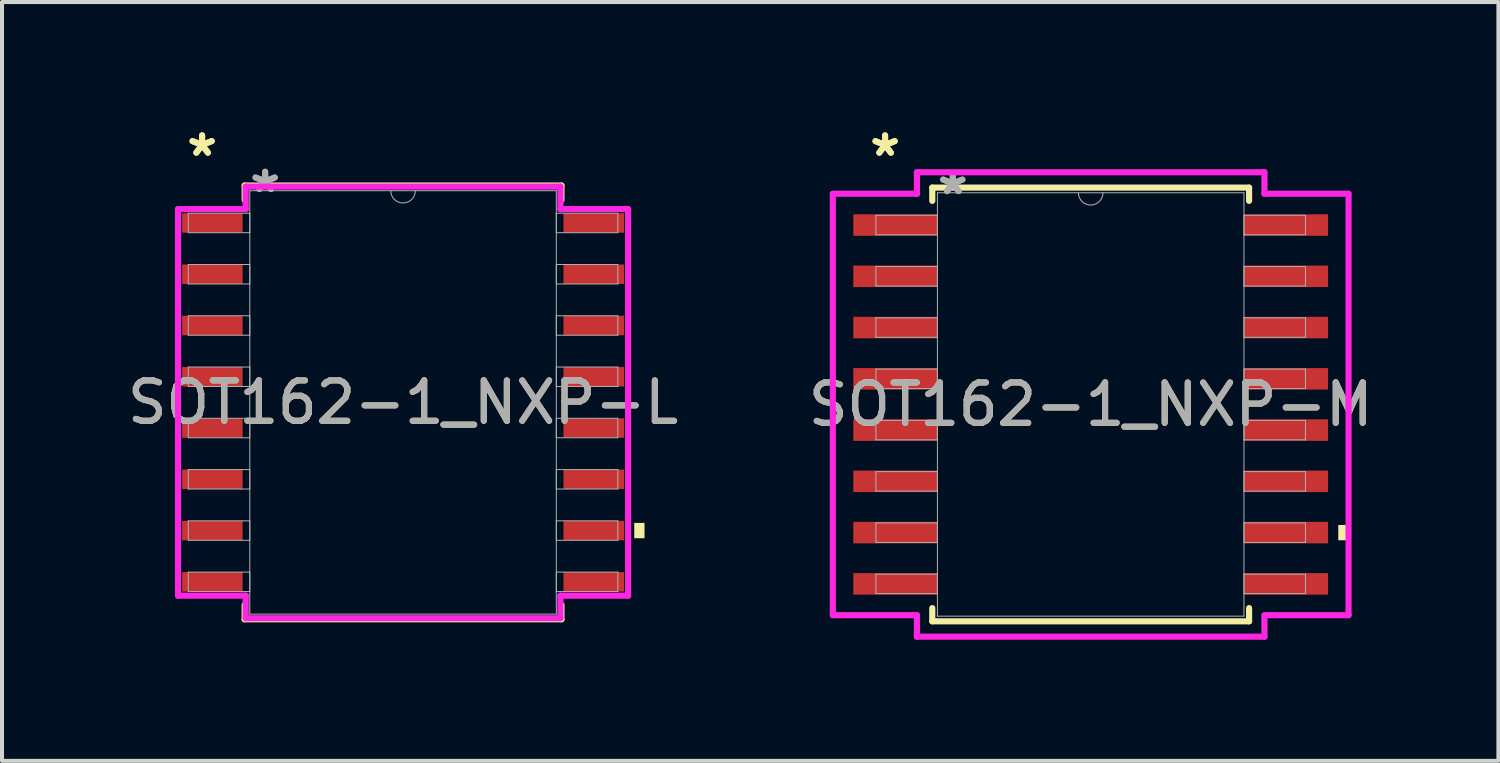
<source format=kicad_pcb>
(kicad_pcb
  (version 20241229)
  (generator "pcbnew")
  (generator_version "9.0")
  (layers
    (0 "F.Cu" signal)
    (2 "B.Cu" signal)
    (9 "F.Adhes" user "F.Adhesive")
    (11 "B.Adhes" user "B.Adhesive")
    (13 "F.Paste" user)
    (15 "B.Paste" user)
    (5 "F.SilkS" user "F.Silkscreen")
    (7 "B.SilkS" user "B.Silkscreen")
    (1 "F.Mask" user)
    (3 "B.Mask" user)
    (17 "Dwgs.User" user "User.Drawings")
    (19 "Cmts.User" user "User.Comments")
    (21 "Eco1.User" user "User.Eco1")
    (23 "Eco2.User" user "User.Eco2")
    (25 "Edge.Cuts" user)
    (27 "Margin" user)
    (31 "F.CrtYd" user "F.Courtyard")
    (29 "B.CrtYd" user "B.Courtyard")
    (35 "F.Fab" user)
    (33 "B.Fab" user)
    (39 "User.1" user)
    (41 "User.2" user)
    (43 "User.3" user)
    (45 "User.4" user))
  (footprint "SOT162-1_NXP-L"
    (layer "F.Cu")
    (at 6.935 6.919)
    (property "Reference" "SOT162-1_NXP-L" (at 0 0 0) (unlocked yes) (layer "F.SilkS") (effects (font (size 1 1) (thickness 0.15))))
    (attr smd)
    (fp_line (start -3.924 -5.372) (end -3.924 -5.015) (stroke (width 0.152) (type solid)) (layer "F.SilkS"))
    (fp_line (start -3.924 5.015) (end -3.924 5.372) (stroke (width 0.152) (type solid)) (layer "F.SilkS"))
    (fp_line (start -3.924 5.372) (end 3.924 5.372) (stroke (width 0.152) (type solid)) (layer "F.SilkS"))
    (fp_line (start 3.924 -5.372) (end -3.924 -5.372) (stroke (width 0.152) (type solid)) (layer "F.SilkS"))
    (fp_line (start 3.924 -5.015) (end 3.924 -5.372) (stroke (width 0.152) (type solid)) (layer "F.SilkS"))
    (fp_line (start 3.924 5.372) (end 3.924 5.015) (stroke (width 0.152) (type solid)) (layer "F.SilkS"))
    (fp_poly (pts (xy 5.982 2.985) (xy 5.982 3.365) (xy 5.728 3.365) (xy 5.728 2.985)) (stroke (width 0) (type solid)) (fill yes) (layer "F.SilkS"))
    (fp_line (start -5.575 -4.788) (end -3.899 -4.788) (stroke (width 0.152) (type solid)) (layer "F.CrtYd"))
    (fp_line (start -5.575 4.788) (end -5.575 -4.788) (stroke (width 0.152) (type solid)) (layer "F.CrtYd"))
    (fp_line (start -5.575 4.788) (end -3.899 4.788) (stroke (width 0.152) (type solid)) (layer "F.CrtYd"))
    (fp_line (start -3.899 -5.347) (end 3.899 -5.347) (stroke (width 0.152) (type solid)) (layer "F.CrtYd"))
    (fp_line (start -3.899 -4.788) (end -3.899 -5.347) (stroke (width 0.152) (type solid)) (layer "F.CrtYd"))
    (fp_line (start -3.899 5.347) (end -3.899 4.788) (stroke (width 0.152) (type solid)) (layer "F.CrtYd"))
    (fp_line (start 3.899 -5.347) (end 3.899 -4.788) (stroke (width 0.152) (type solid)) (layer "F.CrtYd"))
    (fp_line (start 3.899 4.788) (end 3.899 5.347) (stroke (width 0.152) (type solid)) (layer "F.CrtYd"))
    (fp_line (start 3.899 5.347) (end -3.899 5.347) (stroke (width 0.152) (type solid)) (layer "F.CrtYd"))
    (fp_line (start 5.575 -4.788) (end 3.899 -4.788) (stroke (width 0.152) (type solid)) (layer "F.CrtYd"))
    (fp_line (start 5.575 -4.788) (end 5.575 4.788) (stroke (width 0.152) (type solid)) (layer "F.CrtYd"))
    (fp_line (start 5.575 4.788) (end 3.899 4.788) (stroke (width 0.152) (type solid)) (layer "F.CrtYd"))
    (fp_line (start -5.321 -4.686) (end -5.321 -4.204) (stroke (width 0.025) (type solid)) (layer "F.Fab"))
    (fp_line (start -5.321 -4.204) (end -3.797 -4.204) (stroke (width 0.025) (type solid)) (layer "F.Fab"))
    (fp_line (start -5.321 -3.416) (end -5.321 -2.934) (stroke (width 0.025) (type solid)) (layer "F.Fab"))
    (fp_line (start -5.321 -2.934) (end -3.797 -2.934) (stroke (width 0.025) (type solid)) (layer "F.Fab"))
    (fp_line (start -5.321 -2.146) (end -5.321 -1.664) (stroke (width 0.025) (type solid)) (layer "F.Fab"))
    (fp_line (start -5.321 -1.664) (end -3.797 -1.664) (stroke (width 0.025) (type solid)) (layer "F.Fab"))
    (fp_line (start -5.321 -0.876) (end -5.321 -0.394) (stroke (width 0.025) (type solid)) (layer "F.Fab"))
    (fp_line (start -5.321 -0.394) (end -3.797 -0.394) (stroke (width 0.025) (type solid)) (layer "F.Fab"))
    (fp_line (start -5.321 0.394) (end -5.321 0.876) (stroke (width 0.025) (type solid)) (layer "F.Fab"))
    (fp_line (start -5.321 0.876) (end -3.797 0.876) (stroke (width 0.025) (type solid)) (layer "F.Fab"))
    (fp_line (start -5.321 1.664) (end -5.321 2.146) (stroke (width 0.025) (type solid)) (layer "F.Fab"))
    (fp_line (start -5.321 2.146) (end -3.797 2.146) (stroke (width 0.025) (type solid)) (layer "F.Fab"))
    (fp_line (start -5.321 2.934) (end -5.321 3.416) (stroke (width 0.025) (type solid)) (layer "F.Fab"))
    (fp_line (start -5.321 3.416) (end -3.797 3.416) (stroke (width 0.025) (type solid)) (layer "F.Fab"))
    (fp_line (start -5.321 4.204) (end -5.321 4.686) (stroke (width 0.025) (type solid)) (layer "F.Fab"))
    (fp_line (start -5.321 4.686) (end -3.797 4.686) (stroke (width 0.025) (type solid)) (layer "F.Fab"))
    (fp_line (start -3.797 -5.245) (end -3.797 5.245) (stroke (width 0.025) (type solid)) (layer "F.Fab"))
    (fp_line (start -3.797 -4.686) (end -5.321 -4.686) (stroke (width 0.025) (type solid)) (layer "F.Fab"))
    (fp_line (start -3.797 -4.204) (end -3.797 -4.686) (stroke (width 0.025) (type solid)) (layer "F.Fab"))
    (fp_line (start -3.797 -3.416) (end -5.321 -3.416) (stroke (width 0.025) (type solid)) (layer "F.Fab"))
    (fp_line (start -3.797 -2.934) (end -3.797 -3.416) (stroke (width 0.025) (type solid)) (layer "F.Fab"))
    (fp_line (start -3.797 -2.146) (end -5.321 -2.146) (stroke (width 0.025) (type solid)) (layer "F.Fab"))
    (fp_line (start -3.797 -1.664) (end -3.797 -2.146) (stroke (width 0.025) (type solid)) (layer "F.Fab"))
    (fp_line (start -3.797 -0.876) (end -5.321 -0.876) (stroke (width 0.025) (type solid)) (layer "F.Fab"))
    (fp_line (start -3.797 -0.394) (end -3.797 -0.876) (stroke (width 0.025) (type solid)) (layer "F.Fab"))
    (fp_line (start -3.797 0.394) (end -5.321 0.394) (stroke (width 0.025) (type solid)) (layer "F.Fab"))
    (fp_line (start -3.797 0.876) (end -3.797 0.394) (stroke (width 0.025) (type solid)) (layer "F.Fab"))
    (fp_line (start -3.797 1.664) (end -5.321 1.664) (stroke (width 0.025) (type solid)) (layer "F.Fab"))
    (fp_line (start -3.797 2.146) (end -3.797 1.664) (stroke (width 0.025) (type solid)) (layer "F.Fab"))
    (fp_line (start -3.797 2.934) (end -5.321 2.934) (stroke (width 0.025) (type solid)) (layer "F.Fab"))
    (fp_line (start -3.797 3.416) (end -3.797 2.934) (stroke (width 0.025) (type solid)) (layer "F.Fab"))
    (fp_line (start -3.797 4.204) (end -5.321 4.204) (stroke (width 0.025) (type solid)) (layer "F.Fab"))
    (fp_line (start -3.797 4.686) (end -3.797 4.204) (stroke (width 0.025) (type solid)) (layer "F.Fab"))
    (fp_line (start -3.797 5.245) (end 3.797 5.245) (stroke (width 0.025) (type solid)) (layer "F.Fab"))
    (fp_line (start 3.797 -5.245) (end -3.797 -5.245) (stroke (width 0.025) (type solid)) (layer "F.Fab"))
    (fp_line (start 3.797 -4.686) (end 3.797 -4.204) (stroke (width 0.025) (type solid)) (layer "F.Fab"))
    (fp_line (start 3.797 -4.204) (end 5.321 -4.204) (stroke (width 0.025) (type solid)) (layer "F.Fab"))
    (fp_line (start 3.797 -3.416) (end 3.797 -2.934) (stroke (width 0.025) (type solid)) (layer "F.Fab"))
    (fp_line (start 3.797 -2.934) (end 5.321 -2.934) (stroke (width 0.025) (type solid)) (layer "F.Fab"))
    (fp_line (start 3.797 -2.146) (end 3.797 -1.664) (stroke (width 0.025) (type solid)) (layer "F.Fab"))
    (fp_line (start 3.797 -1.664) (end 5.321 -1.664) (stroke (width 0.025) (type solid)) (layer "F.Fab"))
    (fp_line (start 3.797 -0.876) (end 3.797 -0.394) (stroke (width 0.025) (type solid)) (layer "F.Fab"))
    (fp_line (start 3.797 -0.394) (end 5.321 -0.394) (stroke (width 0.025) (type solid)) (layer "F.Fab"))
    (fp_line (start 3.797 0.394) (end 3.797 0.876) (stroke (width 0.025) (type solid)) (layer "F.Fab"))
    (fp_line (start 3.797 0.876) (end 5.321 0.876) (stroke (width 0.025) (type solid)) (layer "F.Fab"))
    (fp_line (start 3.797 1.664) (end 3.797 2.146) (stroke (width 0.025) (type solid)) (layer "F.Fab"))
    (fp_line (start 3.797 2.146) (end 5.321 2.146) (stroke (width 0.025) (type solid)) (layer "F.Fab"))
    (fp_line (start 3.797 2.934) (end 3.797 3.416) (stroke (width 0.025) (type solid)) (layer "F.Fab"))
    (fp_line (start 3.797 3.416) (end 5.321 3.416) (stroke (width 0.025) (type solid)) (layer "F.Fab"))
    (fp_line (start 3.797 4.204) (end 3.797 4.686) (stroke (width 0.025) (type solid)) (layer "F.Fab"))
    (fp_line (start 3.797 4.686) (end 5.321 4.686) (stroke (width 0.025) (type solid)) (layer "F.Fab"))
    (fp_line (start 3.797 5.245) (end 3.797 -5.245) (stroke (width 0.025) (type solid)) (layer "F.Fab"))
    (fp_line (start 5.321 -4.686) (end 3.797 -4.686) (stroke (width 0.025) (type solid)) (layer "F.Fab"))
    (fp_line (start 5.321 -4.204) (end 5.321 -4.686) (stroke (width 0.025) (type solid)) (layer "F.Fab"))
    (fp_line (start 5.321 -3.416) (end 3.797 -3.416) (stroke (width 0.025) (type solid)) (layer "F.Fab"))
    (fp_line (start 5.321 -2.934) (end 5.321 -3.416) (stroke (width 0.025) (type solid)) (layer "F.Fab"))
    (fp_line (start 5.321 -2.146) (end 3.797 -2.146) (stroke (width 0.025) (type solid)) (layer "F.Fab"))
    (fp_line (start 5.321 -1.664) (end 5.321 -2.146) (stroke (width 0.025) (type solid)) (layer "F.Fab"))
    (fp_line (start 5.321 -0.876) (end 3.797 -0.876) (stroke (width 0.025) (type solid)) (layer "F.Fab"))
    (fp_line (start 5.321 -0.394) (end 5.321 -0.876) (stroke (width 0.025) (type solid)) (layer "F.Fab"))
    (fp_line (start 5.321 0.394) (end 3.797 0.394) (stroke (width 0.025) (type solid)) (layer "F.Fab"))
    (fp_line (start 5.321 0.876) (end 5.321 0.394) (stroke (width 0.025) (type solid)) (layer "F.Fab"))
    (fp_line (start 5.321 1.664) (end 3.797 1.664) (stroke (width 0.025) (type solid)) (layer "F.Fab"))
    (fp_line (start 5.321 2.146) (end 5.321 1.664) (stroke (width 0.025) (type solid)) (layer "F.Fab"))
    (fp_line (start 5.321 2.934) (end 3.797 2.934) (stroke (width 0.025) (type solid)) (layer "F.Fab"))
    (fp_line (start 5.321 3.416) (end 5.321 2.934) (stroke (width 0.025) (type solid)) (layer "F.Fab"))
    (fp_line (start 5.321 4.204) (end 3.797 4.204) (stroke (width 0.025) (type solid)) (layer "F.Fab"))
    (fp_line (start 5.321 4.686) (end 5.321 4.204) (stroke (width 0.025) (type solid)) (layer "F.Fab"))
    (fp_arc (start 0.3048 -5.2451) (mid 0 -4.9403) (end -0.3048 -5.2451) (stroke (width 0.0254) (type solid)) (layer "F.Fab"))
    (fp_text user "*" (at -4.978 -6.071 0) (unlocked yes) (layer "F.SilkS") (effects (font (size 1 1) (thickness 0.15))))
    (fp_text user "*" (at -4.978 -6.071 0) (layer "F.SilkS") (effects (font (size 1 1) (thickness 0.15))))
    (fp_text user "*" (at -3.416 -5.169 0) (layer "F.Fab") (effects (font (size 1 1) (thickness 0.15))))
    (fp_text user "*" (at -3.416 -5.169 0) (unlocked yes) (layer "F.Fab") (effects (font (size 1 1) (thickness 0.15))))
    (fp_text user "${REFERENCE}" (at 0 0 0) (unlocked yes) (layer "F.Fab") (effects (font (size 1 1) (thickness 0.15))))
    (pad "1" smd rect (at -4.724 -4.445) (size 1.499 0.483) (layers "F.Cu" "F.Mask" "F.Paste"))
    (pad "2" smd rect (at -4.724 -3.175) (size 1.499 0.483) (layers "F.Cu" "F.Mask" "F.Paste"))
    (pad "3" smd rect (at -4.724 -1.905) (size 1.499 0.483) (layers "F.Cu" "F.Mask" "F.Paste"))
    (pad "4" smd rect (at -4.724 -0.635) (size 1.499 0.483) (layers "F.Cu" "F.Mask" "F.Paste"))
    (pad "5" smd rect (at -4.724 0.635) (size 1.499 0.483) (layers "F.Cu" "F.Mask" "F.Paste"))
    (pad "6" smd rect (at -4.724 1.905) (size 1.499 0.483) (layers "F.Cu" "F.Mask" "F.Paste"))
    (pad "7" smd rect (at -4.724 3.175) (size 1.499 0.483) (layers "F.Cu" "F.Mask" "F.Paste"))
    (pad "8" smd rect (at -4.724 4.445) (size 1.499 0.483) (layers "F.Cu" "F.Mask" "F.Paste"))
    (pad "9" smd rect (at 4.724 4.445) (size 1.499 0.483) (layers "F.Cu" "F.Mask" "F.Paste"))
    (pad "10" smd rect (at 4.724 3.175) (size 1.499 0.483) (layers "F.Cu" "F.Mask" "F.Paste"))
    (pad "11" smd rect (at 4.724 1.905) (size 1.499 0.483) (layers "F.Cu" "F.Mask" "F.Paste"))
    (pad "12" smd rect (at 4.724 0.635) (size 1.499 0.483) (layers "F.Cu" "F.Mask" "F.Paste"))
    (pad "13" smd rect (at 4.724 -0.635) (size 1.499 0.483) (layers "F.Cu" "F.Mask" "F.Paste"))
    (pad "14" smd rect (at 4.724 -1.905) (size 1.499 0.483) (layers "F.Cu" "F.Mask" "F.Paste"))
    (pad "15" smd rect (at 4.724 -3.175) (size 1.499 0.483) (layers "F.Cu" "F.Mask" "F.Paste"))
    (pad "16" smd rect (at 4.724 -4.445) (size 1.499 0.483) (layers "F.Cu" "F.Mask" "F.Paste")))
  (footprint "SOT162-1_NXP-M"
    (layer "F.Cu")
    (at 23.97 6.97)
    (property "Reference" "SOT162-1_NXP-M" (at 0 0 0) (unlocked yes) (layer "F.SilkS") (effects (font (size 1 1) (thickness 0.15))))
    (attr smd)
    (fp_line (start -3.924 -5.372) (end -3.924 -5.044) (stroke (width 0.152) (type solid)) (layer "F.SilkS"))
    (fp_line (start -3.924 5.044) (end -3.924 5.372) (stroke (width 0.152) (type solid)) (layer "F.SilkS"))
    (fp_line (start -3.924 5.372) (end 3.924 5.372) (stroke (width 0.152) (type solid)) (layer "F.SilkS"))
    (fp_line (start 3.924 -5.372) (end -3.924 -5.372) (stroke (width 0.152) (type solid)) (layer "F.SilkS"))
    (fp_line (start 3.924 -5.044) (end 3.924 -5.372) (stroke (width 0.152) (type solid)) (layer "F.SilkS"))
    (fp_line (start 3.924 5.372) (end 3.924 5.044) (stroke (width 0.152) (type solid)) (layer "F.SilkS"))
    (fp_poly (pts (xy 6.388 2.985) (xy 6.388 3.365) (xy 6.134 3.365) (xy 6.134 2.985)) (stroke (width 0) (type solid)) (fill yes) (layer "F.SilkS"))
    (fp_line (start -6.388 -5.22) (end -4.305 -5.22) (stroke (width 0.152) (type solid)) (layer "F.CrtYd"))
    (fp_line (start -6.388 5.22) (end -6.388 -5.22) (stroke (width 0.152) (type solid)) (layer "F.CrtYd"))
    (fp_line (start -6.388 5.22) (end -4.305 5.22) (stroke (width 0.152) (type solid)) (layer "F.CrtYd"))
    (fp_line (start -4.305 -5.753) (end 4.305 -5.753) (stroke (width 0.152) (type solid)) (layer "F.CrtYd"))
    (fp_line (start -4.305 -5.22) (end -4.305 -5.753) (stroke (width 0.152) (type solid)) (layer "F.CrtYd"))
    (fp_line (start -4.305 5.753) (end -4.305 5.22) (stroke (width 0.152) (type solid)) (layer "F.CrtYd"))
    (fp_line (start 4.305 -5.753) (end 4.305 -5.22) (stroke (width 0.152) (type solid)) (layer "F.CrtYd"))
    (fp_line (start 4.305 5.22) (end 4.305 5.753) (stroke (width 0.152) (type solid)) (layer "F.CrtYd"))
    (fp_line (start 4.305 5.753) (end -4.305 5.753) (stroke (width 0.152) (type solid)) (layer "F.CrtYd"))
    (fp_line (start 6.388 -5.22) (end 4.305 -5.22) (stroke (width 0.152) (type solid)) (layer "F.CrtYd"))
    (fp_line (start 6.388 -5.22) (end 6.388 5.22) (stroke (width 0.152) (type solid)) (layer "F.CrtYd"))
    (fp_line (start 6.388 5.22) (end 4.305 5.22) (stroke (width 0.152) (type solid)) (layer "F.CrtYd"))
    (fp_line (start -5.321 -4.686) (end -5.321 -4.204) (stroke (width 0.025) (type solid)) (layer "F.Fab"))
    (fp_line (start -5.321 -4.204) (end -3.797 -4.204) (stroke (width 0.025) (type solid)) (layer "F.Fab"))
    (fp_line (start -5.321 -3.416) (end -5.321 -2.934) (stroke (width 0.025) (type solid)) (layer "F.Fab"))
    (fp_line (start -5.321 -2.934) (end -3.797 -2.934) (stroke (width 0.025) (type solid)) (layer "F.Fab"))
    (fp_line (start -5.321 -2.146) (end -5.321 -1.664) (stroke (width 0.025) (type solid)) (layer "F.Fab"))
    (fp_line (start -5.321 -1.664) (end -3.797 -1.664) (stroke (width 0.025) (type solid)) (layer "F.Fab"))
    (fp_line (start -5.321 -0.876) (end -5.321 -0.394) (stroke (width 0.025) (type solid)) (layer "F.Fab"))
    (fp_line (start -5.321 -0.394) (end -3.797 -0.394) (stroke (width 0.025) (type solid)) (layer "F.Fab"))
    (fp_line (start -5.321 0.394) (end -5.321 0.876) (stroke (width 0.025) (type solid)) (layer "F.Fab"))
    (fp_line (start -5.321 0.876) (end -3.797 0.876) (stroke (width 0.025) (type solid)) (layer "F.Fab"))
    (fp_line (start -5.321 1.664) (end -5.321 2.146) (stroke (width 0.025) (type solid)) (layer "F.Fab"))
    (fp_line (start -5.321 2.146) (end -3.797 2.146) (stroke (width 0.025) (type solid)) (layer "F.Fab"))
    (fp_line (start -5.321 2.934) (end -5.321 3.416) (stroke (width 0.025) (type solid)) (layer "F.Fab"))
    (fp_line (start -5.321 3.416) (end -3.797 3.416) (stroke (width 0.025) (type solid)) (layer "F.Fab"))
    (fp_line (start -5.321 4.204) (end -5.321 4.686) (stroke (width 0.025) (type solid)) (layer "F.Fab"))
    (fp_line (start -5.321 4.686) (end -3.797 4.686) (stroke (width 0.025) (type solid)) (layer "F.Fab"))
    (fp_line (start -3.797 -5.245) (end -3.797 5.245) (stroke (width 0.025) (type solid)) (layer "F.Fab"))
    (fp_line (start -3.797 -4.686) (end -5.321 -4.686) (stroke (width 0.025) (type solid)) (layer "F.Fab"))
    (fp_line (start -3.797 -4.204) (end -3.797 -4.686) (stroke (width 0.025) (type solid)) (layer "F.Fab"))
    (fp_line (start -3.797 -3.416) (end -5.321 -3.416) (stroke (width 0.025) (type solid)) (layer "F.Fab"))
    (fp_line (start -3.797 -2.934) (end -3.797 -3.416) (stroke (width 0.025) (type solid)) (layer "F.Fab"))
    (fp_line (start -3.797 -2.146) (end -5.321 -2.146) (stroke (width 0.025) (type solid)) (layer "F.Fab"))
    (fp_line (start -3.797 -1.664) (end -3.797 -2.146) (stroke (width 0.025) (type solid)) (layer "F.Fab"))
    (fp_line (start -3.797 -0.876) (end -5.321 -0.876) (stroke (width 0.025) (type solid)) (layer "F.Fab"))
    (fp_line (start -3.797 -0.394) (end -3.797 -0.876) (stroke (width 0.025) (type solid)) (layer "F.Fab"))
    (fp_line (start -3.797 0.394) (end -5.321 0.394) (stroke (width 0.025) (type solid)) (layer "F.Fab"))
    (fp_line (start -3.797 0.876) (end -3.797 0.394) (stroke (width 0.025) (type solid)) (layer "F.Fab"))
    (fp_line (start -3.797 1.664) (end -5.321 1.664) (stroke (width 0.025) (type solid)) (layer "F.Fab"))
    (fp_line (start -3.797 2.146) (end -3.797 1.664) (stroke (width 0.025) (type solid)) (layer "F.Fab"))
    (fp_line (start -3.797 2.934) (end -5.321 2.934) (stroke (width 0.025) (type solid)) (layer "F.Fab"))
    (fp_line (start -3.797 3.416) (end -3.797 2.934) (stroke (width 0.025) (type solid)) (layer "F.Fab"))
    (fp_line (start -3.797 4.204) (end -5.321 4.204) (stroke (width 0.025) (type solid)) (layer "F.Fab"))
    (fp_line (start -3.797 4.686) (end -3.797 4.204) (stroke (width 0.025) (type solid)) (layer "F.Fab"))
    (fp_line (start -3.797 5.245) (end 3.797 5.245) (stroke (width 0.025) (type solid)) (layer "F.Fab"))
    (fp_line (start 3.797 -5.245) (end -3.797 -5.245) (stroke (width 0.025) (type solid)) (layer "F.Fab"))
    (fp_line (start 3.797 -4.686) (end 3.797 -4.204) (stroke (width 0.025) (type solid)) (layer "F.Fab"))
    (fp_line (start 3.797 -4.204) (end 5.321 -4.204) (stroke (width 0.025) (type solid)) (layer "F.Fab"))
    (fp_line (start 3.797 -3.416) (end 3.797 -2.934) (stroke (width 0.025) (type solid)) (layer "F.Fab"))
    (fp_line (start 3.797 -2.934) (end 5.321 -2.934) (stroke (width 0.025) (type solid)) (layer "F.Fab"))
    (fp_line (start 3.797 -2.146) (end 3.797 -1.664) (stroke (width 0.025) (type solid)) (layer "F.Fab"))
    (fp_line (start 3.797 -1.664) (end 5.321 -1.664) (stroke (width 0.025) (type solid)) (layer "F.Fab"))
    (fp_line (start 3.797 -0.876) (end 3.797 -0.394) (stroke (width 0.025) (type solid)) (layer "F.Fab"))
    (fp_line (start 3.797 -0.394) (end 5.321 -0.394) (stroke (width 0.025) (type solid)) (layer "F.Fab"))
    (fp_line (start 3.797 0.394) (end 3.797 0.876) (stroke (width 0.025) (type solid)) (layer "F.Fab"))
    (fp_line (start 3.797 0.876) (end 5.321 0.876) (stroke (width 0.025) (type solid)) (layer "F.Fab"))
    (fp_line (start 3.797 1.664) (end 3.797 2.146) (stroke (width 0.025) (type solid)) (layer "F.Fab"))
    (fp_line (start 3.797 2.146) (end 5.321 2.146) (stroke (width 0.025) (type solid)) (layer "F.Fab"))
    (fp_line (start 3.797 2.934) (end 3.797 3.416) (stroke (width 0.025) (type solid)) (layer "F.Fab"))
    (fp_line (start 3.797 3.416) (end 5.321 3.416) (stroke (width 0.025) (type solid)) (layer "F.Fab"))
    (fp_line (start 3.797 4.204) (end 3.797 4.686) (stroke (width 0.025) (type solid)) (layer "F.Fab"))
    (fp_line (start 3.797 4.686) (end 5.321 4.686) (stroke (width 0.025) (type solid)) (layer "F.Fab"))
    (fp_line (start 3.797 5.245) (end 3.797 -5.245) (stroke (width 0.025) (type solid)) (layer "F.Fab"))
    (fp_line (start 5.321 -4.686) (end 3.797 -4.686) (stroke (width 0.025) (type solid)) (layer "F.Fab"))
    (fp_line (start 5.321 -4.204) (end 5.321 -4.686) (stroke (width 0.025) (type solid)) (layer "F.Fab"))
    (fp_line (start 5.321 -3.416) (end 3.797 -3.416) (stroke (width 0.025) (type solid)) (layer "F.Fab"))
    (fp_line (start 5.321 -2.934) (end 5.321 -3.416) (stroke (width 0.025) (type solid)) (layer "F.Fab"))
    (fp_line (start 5.321 -2.146) (end 3.797 -2.146) (stroke (width 0.025) (type solid)) (layer "F.Fab"))
    (fp_line (start 5.321 -1.664) (end 5.321 -2.146) (stroke (width 0.025) (type solid)) (layer "F.Fab"))
    (fp_line (start 5.321 -0.876) (end 3.797 -0.876) (stroke (width 0.025) (type solid)) (layer "F.Fab"))
    (fp_line (start 5.321 -0.394) (end 5.321 -0.876) (stroke (width 0.025) (type solid)) (layer "F.Fab"))
    (fp_line (start 5.321 0.394) (end 3.797 0.394) (stroke (width 0.025) (type solid)) (layer "F.Fab"))
    (fp_line (start 5.321 0.876) (end 5.321 0.394) (stroke (width 0.025) (type solid)) (layer "F.Fab"))
    (fp_line (start 5.321 1.664) (end 3.797 1.664) (stroke (width 0.025) (type solid)) (layer "F.Fab"))
    (fp_line (start 5.321 2.146) (end 5.321 1.664) (stroke (width 0.025) (type solid)) (layer "F.Fab"))
    (fp_line (start 5.321 2.934) (end 3.797 2.934) (stroke (width 0.025) (type solid)) (layer "F.Fab"))
    (fp_line (start 5.321 3.416) (end 5.321 2.934) (stroke (width 0.025) (type solid)) (layer "F.Fab"))
    (fp_line (start 5.321 4.204) (end 3.797 4.204) (stroke (width 0.025) (type solid)) (layer "F.Fab"))
    (fp_line (start 5.321 4.686) (end 5.321 4.204) (stroke (width 0.025) (type solid)) (layer "F.Fab"))
    (fp_arc (start 0.3048 -5.2451) (mid 0 -4.9403) (end -0.3048 -5.2451) (stroke (width 0.0254) (type solid)) (layer "F.Fab"))
    (fp_text user "*" (at -5.093 -6.121 0) (layer "F.SilkS") (effects (font (size 1 1) (thickness 0.15))))
    (fp_text user "*" (at -5.093 -6.121 0) (unlocked yes) (layer "F.SilkS") (effects (font (size 1 1) (thickness 0.15))))
    (fp_text user "*" (at -3.416 -5.169 0) (layer "F.Fab") (effects (font (size 1 1) (thickness 0.15))))
    (fp_text user "${REFERENCE}" (at 0 0 0) (unlocked yes) (layer "F.Fab") (effects (font (size 1 1) (thickness 0.15))))
    (fp_text user "*" (at -3.416 -5.169 0) (unlocked yes) (layer "F.Fab") (effects (font (size 1 1) (thickness 0.15))))
    (pad "1" smd rect (at -4.839 -4.445) (size 2.083 0.533) (layers "F.Cu" "F.Mask" "F.Paste"))
    (pad "2" smd rect (at -4.839 -3.175) (size 2.083 0.533) (layers "F.Cu" "F.Mask" "F.Paste"))
    (pad "3" smd rect (at -4.839 -1.905) (size 2.083 0.533) (layers "F.Cu" "F.Mask" "F.Paste"))
    (pad "4" smd rect (at -4.839 -0.635) (size 2.083 0.533) (layers "F.Cu" "F.Mask" "F.Paste"))
    (pad "5" smd rect (at -4.839 0.635) (size 2.083 0.533) (layers "F.Cu" "F.Mask" "F.Paste"))
    (pad "6" smd rect (at -4.839 1.905) (size 2.083 0.533) (layers "F.Cu" "F.Mask" "F.Paste"))
    (pad "7" smd rect (at -4.839 3.175) (size 2.083 0.533) (layers "F.Cu" "F.Mask" "F.Paste"))
    (pad "8" smd rect (at -4.839 4.445) (size 2.083 0.533) (layers "F.Cu" "F.Mask" "F.Paste"))
    (pad "9" smd rect (at 4.839 4.445) (size 2.083 0.533) (layers "F.Cu" "F.Mask" "F.Paste"))
    (pad "10" smd rect (at 4.839 3.175) (size 2.083 0.533) (layers "F.Cu" "F.Mask" "F.Paste"))
    (pad "11" smd rect (at 4.839 1.905) (size 2.083 0.533) (layers "F.Cu" "F.Mask" "F.Paste"))
    (pad "12" smd rect (at 4.839 0.635) (size 2.083 0.533) (layers "F.Cu" "F.Mask" "F.Paste"))
    (pad "13" smd rect (at 4.839 -0.635) (size 2.083 0.533) (layers "F.Cu" "F.Mask" "F.Paste"))
    (pad "14" smd rect (at 4.839 -1.905) (size 2.083 0.533) (layers "F.Cu" "F.Mask" "F.Paste"))
    (pad "15" smd rect (at 4.839 -3.175) (size 2.083 0.533) (layers "F.Cu" "F.Mask" "F.Paste"))
    (pad "16" smd rect (at 4.839 -4.445) (size 2.083 0.533) (layers "F.Cu" "F.Mask" "F.Paste")))
  (gr_rect
    (start -3 -3)
    (end 34.071 15.799)
    (stroke (width 0.1) (type default))
    (fill no)
    (layer "Edge.Cuts")))
</source>
